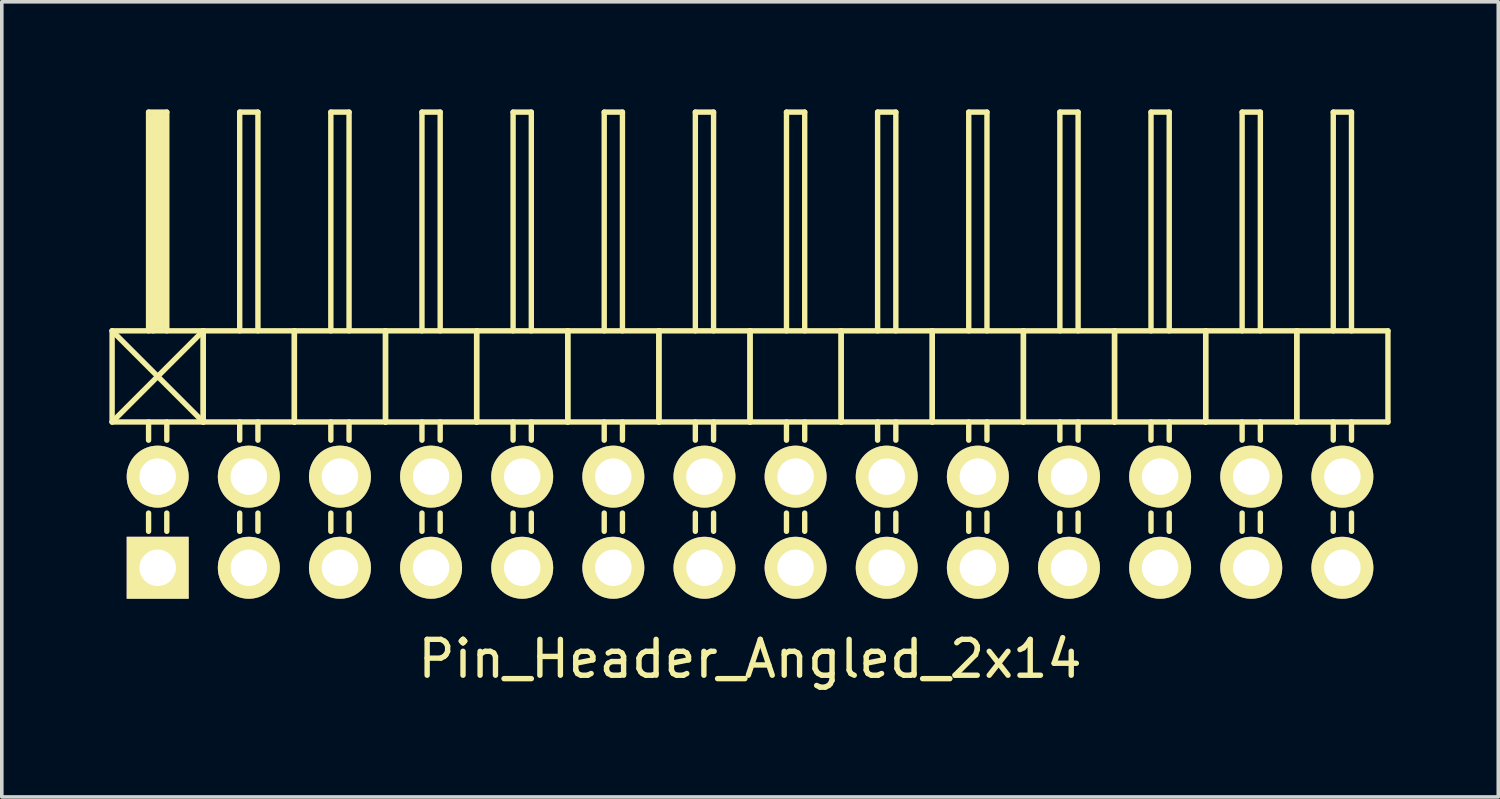
<source format=kicad_pcb>
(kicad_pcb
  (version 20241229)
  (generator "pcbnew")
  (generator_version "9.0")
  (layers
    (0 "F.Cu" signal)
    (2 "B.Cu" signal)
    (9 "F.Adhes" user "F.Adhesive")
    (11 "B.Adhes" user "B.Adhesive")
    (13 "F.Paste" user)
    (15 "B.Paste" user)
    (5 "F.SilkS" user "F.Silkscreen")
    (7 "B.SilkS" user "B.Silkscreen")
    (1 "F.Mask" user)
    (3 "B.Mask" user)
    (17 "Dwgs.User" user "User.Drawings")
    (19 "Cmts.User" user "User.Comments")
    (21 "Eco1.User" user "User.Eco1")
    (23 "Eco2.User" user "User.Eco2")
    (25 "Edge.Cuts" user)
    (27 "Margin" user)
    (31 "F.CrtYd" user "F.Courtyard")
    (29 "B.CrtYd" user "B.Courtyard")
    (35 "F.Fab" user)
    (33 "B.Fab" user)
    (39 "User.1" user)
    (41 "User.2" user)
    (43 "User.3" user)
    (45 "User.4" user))
  (footprint "Pin_Header_Angled_2x14"
    (layer "F.Cu")
    (at 17.855 11.505)
    (property "Reference" "Pin_Header_Angled_2x14" (at 0 3.81 0) (layer "F.SilkS") (effects (font (size 1 1) (thickness 0.15))))
    (attr through_hole)
    (fp_line (start -17.78 -5.334) (end -15.24 -2.794) (stroke (width 0.15) (type solid)) (layer "F.SilkS"))
    (fp_line (start -17.78 -2.794) (end -17.78 -5.334) (stroke (width 0.15) (type solid)) (layer "F.SilkS"))
    (fp_line (start -17.78 -2.794) (end -15.24 -5.334) (stroke (width 0.15) (type solid)) (layer "F.SilkS"))
    (fp_line (start -17.78 -2.794) (end -15.24 -2.794) (stroke (width 0.15) (type solid)) (layer "F.SilkS"))
    (fp_line (start -16.764 -11.43) (end -16.256 -11.43) (stroke (width 0.15) (type solid)) (layer "F.SilkS"))
    (fp_line (start -16.764 -5.334) (end -16.764 -11.43) (stroke (width 0.15) (type solid)) (layer "F.SilkS"))
    (fp_line (start -16.764 -2.794) (end -16.764 -2.286) (stroke (width 0.15) (type solid)) (layer "F.SilkS"))
    (fp_line (start -16.764 -0.254) (end -16.764 0.254) (stroke (width 0.15) (type solid)) (layer "F.SilkS"))
    (fp_line (start -16.637 -11.303) (end -16.383 -11.303) (stroke (width 0.15) (type solid)) (layer "F.SilkS"))
    (fp_line (start -16.637 -5.334) (end -16.637 -11.303) (stroke (width 0.15) (type solid)) (layer "F.SilkS"))
    (fp_line (start -16.51 -5.461) (end -16.51 -11.303) (stroke (width 0.15) (type solid)) (layer "F.SilkS"))
    (fp_line (start -16.383 -11.303) (end -16.383 -5.461) (stroke (width 0.15) (type solid)) (layer "F.SilkS"))
    (fp_line (start -16.383 -5.461) (end -16.51 -5.461) (stroke (width 0.15) (type solid)) (layer "F.SilkS"))
    (fp_line (start -16.256 -11.43) (end -16.256 -5.334) (stroke (width 0.15) (type solid)) (layer "F.SilkS"))
    (fp_line (start -16.256 -2.794) (end -16.256 -2.286) (stroke (width 0.15) (type solid)) (layer "F.SilkS"))
    (fp_line (start -16.256 -0.254) (end -16.256 0.254) (stroke (width 0.15) (type solid)) (layer "F.SilkS"))
    (fp_line (start -15.24 -5.334) (end -17.78 -5.334) (stroke (width 0.15) (type solid)) (layer "F.SilkS"))
    (fp_line (start -15.24 -2.794) (end -15.24 -5.334) (stroke (width 0.15) (type solid)) (layer "F.SilkS"))
    (fp_line (start -15.24 -2.794) (end -15.24 -5.334) (stroke (width 0.15) (type solid)) (layer "F.SilkS"))
    (fp_line (start -15.24 -2.794) (end -12.7 -2.794) (stroke (width 0.15) (type solid)) (layer "F.SilkS"))
    (fp_line (start -14.224 -11.43) (end -13.716 -11.43) (stroke (width 0.15) (type solid)) (layer "F.SilkS"))
    (fp_line (start -14.224 -5.334) (end -14.224 -11.43) (stroke (width 0.15) (type solid)) (layer "F.SilkS"))
    (fp_line (start -14.224 -2.794) (end -14.224 -2.286) (stroke (width 0.15) (type solid)) (layer "F.SilkS"))
    (fp_line (start -14.224 -0.254) (end -14.224 0.254) (stroke (width 0.15) (type solid)) (layer "F.SilkS"))
    (fp_line (start -13.716 -11.43) (end -13.716 -5.334) (stroke (width 0.15) (type solid)) (layer "F.SilkS"))
    (fp_line (start -13.716 -2.794) (end -13.716 -2.286) (stroke (width 0.15) (type solid)) (layer "F.SilkS"))
    (fp_line (start -13.716 -0.254) (end -13.716 0.254) (stroke (width 0.15) (type solid)) (layer "F.SilkS"))
    (fp_line (start -12.7 -5.334) (end -15.24 -5.334) (stroke (width 0.15) (type solid)) (layer "F.SilkS"))
    (fp_line (start -12.7 -2.794) (end -12.7 -5.334) (stroke (width 0.15) (type solid)) (layer "F.SilkS"))
    (fp_line (start -12.7 -2.794) (end -12.7 -5.334) (stroke (width 0.15) (type solid)) (layer "F.SilkS"))
    (fp_line (start -12.7 -2.794) (end -10.16 -2.794) (stroke (width 0.15) (type solid)) (layer "F.SilkS"))
    (fp_line (start -11.684 -11.43) (end -11.176 -11.43) (stroke (width 0.15) (type solid)) (layer "F.SilkS"))
    (fp_line (start -11.684 -5.334) (end -11.684 -11.43) (stroke (width 0.15) (type solid)) (layer "F.SilkS"))
    (fp_line (start -11.684 -2.794) (end -11.684 -2.286) (stroke (width 0.15) (type solid)) (layer "F.SilkS"))
    (fp_line (start -11.684 -0.254) (end -11.684 0.254) (stroke (width 0.15) (type solid)) (layer "F.SilkS"))
    (fp_line (start -11.176 -11.43) (end -11.176 -5.334) (stroke (width 0.15) (type solid)) (layer "F.SilkS"))
    (fp_line (start -11.176 -2.794) (end -11.176 -2.286) (stroke (width 0.15) (type solid)) (layer "F.SilkS"))
    (fp_line (start -11.176 -0.254) (end -11.176 0.254) (stroke (width 0.15) (type solid)) (layer "F.SilkS"))
    (fp_line (start -10.16 -5.334) (end -12.7 -5.334) (stroke (width 0.15) (type solid)) (layer "F.SilkS"))
    (fp_line (start -10.16 -2.794) (end -10.16 -5.334) (stroke (width 0.15) (type solid)) (layer "F.SilkS"))
    (fp_line (start -10.16 -2.794) (end -10.16 -5.334) (stroke (width 0.15) (type solid)) (layer "F.SilkS"))
    (fp_line (start -10.16 -2.794) (end -7.62 -2.794) (stroke (width 0.15) (type solid)) (layer "F.SilkS"))
    (fp_line (start -9.144 -11.43) (end -8.636 -11.43) (stroke (width 0.15) (type solid)) (layer "F.SilkS"))
    (fp_line (start -9.144 -5.334) (end -9.144 -11.43) (stroke (width 0.15) (type solid)) (layer "F.SilkS"))
    (fp_line (start -9.144 -2.794) (end -9.144 -2.286) (stroke (width 0.15) (type solid)) (layer "F.SilkS"))
    (fp_line (start -9.144 -0.254) (end -9.144 0.254) (stroke (width 0.15) (type solid)) (layer "F.SilkS"))
    (fp_line (start -8.636 -11.43) (end -8.636 -5.334) (stroke (width 0.15) (type solid)) (layer "F.SilkS"))
    (fp_line (start -8.636 -2.794) (end -8.636 -2.286) (stroke (width 0.15) (type solid)) (layer "F.SilkS"))
    (fp_line (start -8.636 -0.254) (end -8.636 0.254) (stroke (width 0.15) (type solid)) (layer "F.SilkS"))
    (fp_line (start -7.62 -5.334) (end -10.16 -5.334) (stroke (width 0.15) (type solid)) (layer "F.SilkS"))
    (fp_line (start -7.62 -2.794) (end -7.62 -5.334) (stroke (width 0.15) (type solid)) (layer "F.SilkS"))
    (fp_line (start -7.62 -2.794) (end -7.62 -5.334) (stroke (width 0.15) (type solid)) (layer "F.SilkS"))
    (fp_line (start -7.62 -2.794) (end -5.08 -2.794) (stroke (width 0.15) (type solid)) (layer "F.SilkS"))
    (fp_line (start -6.604 -11.43) (end -6.096 -11.43) (stroke (width 0.15) (type solid)) (layer "F.SilkS"))
    (fp_line (start -6.604 -5.334) (end -6.604 -11.43) (stroke (width 0.15) (type solid)) (layer "F.SilkS"))
    (fp_line (start -6.604 -2.794) (end -6.604 -2.286) (stroke (width 0.15) (type solid)) (layer "F.SilkS"))
    (fp_line (start -6.604 -0.254) (end -6.604 0.254) (stroke (width 0.15) (type solid)) (layer "F.SilkS"))
    (fp_line (start -6.096 -11.43) (end -6.096 -5.334) (stroke (width 0.15) (type solid)) (layer "F.SilkS"))
    (fp_line (start -6.096 -2.794) (end -6.096 -2.286) (stroke (width 0.15) (type solid)) (layer "F.SilkS"))
    (fp_line (start -6.096 -0.254) (end -6.096 0.254) (stroke (width 0.15) (type solid)) (layer "F.SilkS"))
    (fp_line (start -5.08 -5.334) (end -7.62 -5.334) (stroke (width 0.15) (type solid)) (layer "F.SilkS"))
    (fp_line (start -5.08 -2.794) (end -5.08 -5.334) (stroke (width 0.15) (type solid)) (layer "F.SilkS"))
    (fp_line (start -5.08 -2.794) (end -5.08 -5.334) (stroke (width 0.15) (type solid)) (layer "F.SilkS"))
    (fp_line (start -5.08 -2.794) (end -2.54 -2.794) (stroke (width 0.15) (type solid)) (layer "F.SilkS"))
    (fp_line (start -4.064 -11.43) (end -3.556 -11.43) (stroke (width 0.15) (type solid)) (layer "F.SilkS"))
    (fp_line (start -4.064 -5.334) (end -4.064 -11.43) (stroke (width 0.15) (type solid)) (layer "F.SilkS"))
    (fp_line (start -4.064 -2.794) (end -4.064 -2.286) (stroke (width 0.15) (type solid)) (layer "F.SilkS"))
    (fp_line (start -4.064 -0.254) (end -4.064 0.254) (stroke (width 0.15) (type solid)) (layer "F.SilkS"))
    (fp_line (start -3.556 -11.43) (end -3.556 -5.334) (stroke (width 0.15) (type solid)) (layer "F.SilkS"))
    (fp_line (start -3.556 -2.794) (end -3.556 -2.286) (stroke (width 0.15) (type solid)) (layer "F.SilkS"))
    (fp_line (start -3.556 -0.254) (end -3.556 0.254) (stroke (width 0.15) (type solid)) (layer "F.SilkS"))
    (fp_line (start -2.54 -5.334) (end -5.08 -5.334) (stroke (width 0.15) (type solid)) (layer "F.SilkS"))
    (fp_line (start -2.54 -2.794) (end -2.54 -5.334) (stroke (width 0.15) (type solid)) (layer "F.SilkS"))
    (fp_line (start -2.54 -2.794) (end -2.54 -5.334) (stroke (width 0.15) (type solid)) (layer "F.SilkS"))
    (fp_line (start -2.54 -2.794) (end 0 -2.794) (stroke (width 0.15) (type solid)) (layer "F.SilkS"))
    (fp_line (start -1.524 -11.43) (end -1.016 -11.43) (stroke (width 0.15) (type solid)) (layer "F.SilkS"))
    (fp_line (start -1.524 -5.334) (end -1.524 -11.43) (stroke (width 0.15) (type solid)) (layer "F.SilkS"))
    (fp_line (start -1.524 -2.794) (end -1.524 -2.286) (stroke (width 0.15) (type solid)) (layer "F.SilkS"))
    (fp_line (start -1.524 -0.254) (end -1.524 0.254) (stroke (width 0.15) (type solid)) (layer "F.SilkS"))
    (fp_line (start -1.016 -11.43) (end -1.016 -5.334) (stroke (width 0.15) (type solid)) (layer "F.SilkS"))
    (fp_line (start -1.016 -2.794) (end -1.016 -2.286) (stroke (width 0.15) (type solid)) (layer "F.SilkS"))
    (fp_line (start -1.016 -0.254) (end -1.016 0.254) (stroke (width 0.15) (type solid)) (layer "F.SilkS"))
    (fp_line (start 0 -5.334) (end -2.54 -5.334) (stroke (width 0.15) (type solid)) (layer "F.SilkS"))
    (fp_line (start 0 -2.794) (end 0 -5.334) (stroke (width 0.15) (type solid)) (layer "F.SilkS"))
    (fp_line (start 0 -2.794) (end 0 -5.334) (stroke (width 0.15) (type solid)) (layer "F.SilkS"))
    (fp_line (start 0 -2.794) (end 2.54 -2.794) (stroke (width 0.15) (type solid)) (layer "F.SilkS"))
    (fp_line (start 1.016 -11.43) (end 1.524 -11.43) (stroke (width 0.15) (type solid)) (layer "F.SilkS"))
    (fp_line (start 1.016 -5.334) (end 1.016 -11.43) (stroke (width 0.15) (type solid)) (layer "F.SilkS"))
    (fp_line (start 1.016 -2.794) (end 1.016 -2.286) (stroke (width 0.15) (type solid)) (layer "F.SilkS"))
    (fp_line (start 1.016 -0.254) (end 1.016 0.254) (stroke (width 0.15) (type solid)) (layer "F.SilkS"))
    (fp_line (start 1.524 -11.43) (end 1.524 -5.334) (stroke (width 0.15) (type solid)) (layer "F.SilkS"))
    (fp_line (start 1.524 -2.794) (end 1.524 -2.286) (stroke (width 0.15) (type solid)) (layer "F.SilkS"))
    (fp_line (start 1.524 -0.254) (end 1.524 0.254) (stroke (width 0.15) (type solid)) (layer "F.SilkS"))
    (fp_line (start 2.54 -5.334) (end 0 -5.334) (stroke (width 0.15) (type solid)) (layer "F.SilkS"))
    (fp_line (start 2.54 -2.794) (end 2.54 -5.334) (stroke (width 0.15) (type solid)) (layer "F.SilkS"))
    (fp_line (start 2.54 -2.794) (end 2.54 -5.334) (stroke (width 0.15) (type solid)) (layer "F.SilkS"))
    (fp_line (start 2.54 -2.794) (end 5.08 -2.794) (stroke (width 0.15) (type solid)) (layer "F.SilkS"))
    (fp_line (start 3.556 -11.43) (end 4.064 -11.43) (stroke (width 0.15) (type solid)) (layer "F.SilkS"))
    (fp_line (start 3.556 -5.334) (end 3.556 -11.43) (stroke (width 0.15) (type solid)) (layer "F.SilkS"))
    (fp_line (start 3.556 -2.794) (end 3.556 -2.286) (stroke (width 0.15) (type solid)) (layer "F.SilkS"))
    (fp_line (start 3.556 -0.254) (end 3.556 0.254) (stroke (width 0.15) (type solid)) (layer "F.SilkS"))
    (fp_line (start 4.064 -11.43) (end 4.064 -5.334) (stroke (width 0.15) (type solid)) (layer "F.SilkS"))
    (fp_line (start 4.064 -2.794) (end 4.064 -2.286) (stroke (width 0.15) (type solid)) (layer "F.SilkS"))
    (fp_line (start 4.064 -0.254) (end 4.064 0.254) (stroke (width 0.15) (type solid)) (layer "F.SilkS"))
    (fp_line (start 5.08 -5.334) (end 2.54 -5.334) (stroke (width 0.15) (type solid)) (layer "F.SilkS"))
    (fp_line (start 5.08 -2.794) (end 5.08 -5.334) (stroke (width 0.15) (type solid)) (layer "F.SilkS"))
    (fp_line (start 5.08 -2.794) (end 5.08 -5.334) (stroke (width 0.15) (type solid)) (layer "F.SilkS"))
    (fp_line (start 5.08 -2.794) (end 7.62 -2.794) (stroke (width 0.15) (type solid)) (layer "F.SilkS"))
    (fp_line (start 6.096 -11.43) (end 6.604 -11.43) (stroke (width 0.15) (type solid)) (layer "F.SilkS"))
    (fp_line (start 6.096 -5.334) (end 6.096 -11.43) (stroke (width 0.15) (type solid)) (layer "F.SilkS"))
    (fp_line (start 6.096 -2.794) (end 6.096 -2.286) (stroke (width 0.15) (type solid)) (layer "F.SilkS"))
    (fp_line (start 6.096 -0.254) (end 6.096 0.254) (stroke (width 0.15) (type solid)) (layer "F.SilkS"))
    (fp_line (start 6.604 -11.43) (end 6.604 -5.334) (stroke (width 0.15) (type solid)) (layer "F.SilkS"))
    (fp_line (start 6.604 -2.794) (end 6.604 -2.286) (stroke (width 0.15) (type solid)) (layer "F.SilkS"))
    (fp_line (start 6.604 -0.254) (end 6.604 0.254) (stroke (width 0.15) (type solid)) (layer "F.SilkS"))
    (fp_line (start 7.62 -5.334) (end 5.08 -5.334) (stroke (width 0.15) (type solid)) (layer "F.SilkS"))
    (fp_line (start 7.62 -2.794) (end 7.62 -5.334) (stroke (width 0.15) (type solid)) (layer "F.SilkS"))
    (fp_line (start 7.62 -2.794) (end 7.62 -5.334) (stroke (width 0.15) (type solid)) (layer "F.SilkS"))
    (fp_line (start 7.62 -2.794) (end 10.16 -2.794) (stroke (width 0.15) (type solid)) (layer "F.SilkS"))
    (fp_line (start 8.636 -11.43) (end 9.144 -11.43) (stroke (width 0.15) (type solid)) (layer "F.SilkS"))
    (fp_line (start 8.636 -5.334) (end 8.636 -11.43) (stroke (width 0.15) (type solid)) (layer "F.SilkS"))
    (fp_line (start 8.636 -2.794) (end 8.636 -2.286) (stroke (width 0.15) (type solid)) (layer "F.SilkS"))
    (fp_line (start 8.636 -0.254) (end 8.636 0.254) (stroke (width 0.15) (type solid)) (layer "F.SilkS"))
    (fp_line (start 9.144 -11.43) (end 9.144 -5.334) (stroke (width 0.15) (type solid)) (layer "F.SilkS"))
    (fp_line (start 9.144 -2.794) (end 9.144 -2.286) (stroke (width 0.15) (type solid)) (layer "F.SilkS"))
    (fp_line (start 9.144 -0.254) (end 9.144 0.254) (stroke (width 0.15) (type solid)) (layer "F.SilkS"))
    (fp_line (start 10.16 -5.334) (end 7.62 -5.334) (stroke (width 0.15) (type solid)) (layer "F.SilkS"))
    (fp_line (start 10.16 -2.794) (end 10.16 -5.334) (stroke (width 0.15) (type solid)) (layer "F.SilkS"))
    (fp_line (start 10.16 -2.794) (end 10.16 -5.334) (stroke (width 0.15) (type solid)) (layer "F.SilkS"))
    (fp_line (start 10.16 -2.794) (end 12.7 -2.794) (stroke (width 0.15) (type solid)) (layer "F.SilkS"))
    (fp_line (start 11.176 -11.43) (end 11.684 -11.43) (stroke (width 0.15) (type solid)) (layer "F.SilkS"))
    (fp_line (start 11.176 -5.334) (end 11.176 -11.43) (stroke (width 0.15) (type solid)) (layer "F.SilkS"))
    (fp_line (start 11.176 -2.794) (end 11.176 -2.286) (stroke (width 0.15) (type solid)) (layer "F.SilkS"))
    (fp_line (start 11.176 -0.254) (end 11.176 0.254) (stroke (width 0.15) (type solid)) (layer "F.SilkS"))
    (fp_line (start 11.684 -11.43) (end 11.684 -5.334) (stroke (width 0.15) (type solid)) (layer "F.SilkS"))
    (fp_line (start 11.684 -2.794) (end 11.684 -2.286) (stroke (width 0.15) (type solid)) (layer "F.SilkS"))
    (fp_line (start 11.684 -0.254) (end 11.684 0.254) (stroke (width 0.15) (type solid)) (layer "F.SilkS"))
    (fp_line (start 12.7 -5.334) (end 10.16 -5.334) (stroke (width 0.15) (type solid)) (layer "F.SilkS"))
    (fp_line (start 12.7 -2.794) (end 12.7 -5.334) (stroke (width 0.15) (type solid)) (layer "F.SilkS"))
    (fp_line (start 12.7 -2.794) (end 12.7 -5.334) (stroke (width 0.15) (type solid)) (layer "F.SilkS"))
    (fp_line (start 12.7 -2.794) (end 15.24 -2.794) (stroke (width 0.15) (type solid)) (layer "F.SilkS"))
    (fp_line (start 13.716 -11.43) (end 14.224 -11.43) (stroke (width 0.15) (type solid)) (layer "F.SilkS"))
    (fp_line (start 13.716 -5.334) (end 13.716 -11.43) (stroke (width 0.15) (type solid)) (layer "F.SilkS"))
    (fp_line (start 13.716 -2.794) (end 13.716 -2.286) (stroke (width 0.15) (type solid)) (layer "F.SilkS"))
    (fp_line (start 13.716 -0.254) (end 13.716 0.254) (stroke (width 0.15) (type solid)) (layer "F.SilkS"))
    (fp_line (start 14.224 -11.43) (end 14.224 -5.334) (stroke (width 0.15) (type solid)) (layer "F.SilkS"))
    (fp_line (start 14.224 -2.794) (end 14.224 -2.286) (stroke (width 0.15) (type solid)) (layer "F.SilkS"))
    (fp_line (start 14.224 -0.254) (end 14.224 0.254) (stroke (width 0.15) (type solid)) (layer "F.SilkS"))
    (fp_line (start 15.24 -5.334) (end 12.7 -5.334) (stroke (width 0.15) (type solid)) (layer "F.SilkS"))
    (fp_line (start 15.24 -2.794) (end 15.24 -5.334) (stroke (width 0.15) (type solid)) (layer "F.SilkS"))
    (fp_line (start 15.24 -2.794) (end 15.24 -5.334) (stroke (width 0.15) (type solid)) (layer "F.SilkS"))
    (fp_line (start 15.24 -2.794) (end 17.78 -2.794) (stroke (width 0.15) (type solid)) (layer "F.SilkS"))
    (fp_line (start 16.256 -11.43) (end 16.764 -11.43) (stroke (width 0.15) (type solid)) (layer "F.SilkS"))
    (fp_line (start 16.256 -5.334) (end 16.256 -11.43) (stroke (width 0.15) (type solid)) (layer "F.SilkS"))
    (fp_line (start 16.256 -2.794) (end 16.256 -2.286) (stroke (width 0.15) (type solid)) (layer "F.SilkS"))
    (fp_line (start 16.256 -0.254) (end 16.256 0.254) (stroke (width 0.15) (type solid)) (layer "F.SilkS"))
    (fp_line (start 16.764 -11.43) (end 16.764 -5.334) (stroke (width 0.15) (type solid)) (layer "F.SilkS"))
    (fp_line (start 16.764 -2.794) (end 16.764 -2.286) (stroke (width 0.15) (type solid)) (layer "F.SilkS"))
    (fp_line (start 16.764 -0.254) (end 16.764 0.254) (stroke (width 0.15) (type solid)) (layer "F.SilkS"))
    (fp_line (start 17.78 -5.334) (end 15.24 -5.334) (stroke (width 0.15) (type solid)) (layer "F.SilkS"))
    (fp_line (start 17.78 -2.794) (end 17.78 -5.334) (stroke (width 0.15) (type solid)) (layer "F.SilkS"))
    (pad "1" thru_hole rect (at -16.51 1.27) (size 1.727 1.727) (drill 1.016) (layers "*.Cu" "*.Mask" "F.SilkS"))
    (pad "2" thru_hole oval (at -16.51 -1.27) (size 1.727 1.727) (drill 1.016) (layers "*.Cu" "*.Mask" "F.SilkS"))
    (pad "3" thru_hole oval (at -13.97 1.27) (size 1.727 1.727) (drill 1.016) (layers "*.Cu" "*.Mask" "F.SilkS"))
    (pad "4" thru_hole oval (at -13.97 -1.27) (size 1.727 1.727) (drill 1.016) (layers "*.Cu" "*.Mask" "F.SilkS"))
    (pad "5" thru_hole oval (at -11.43 1.27) (size 1.727 1.727) (drill 1.016) (layers "*.Cu" "*.Mask" "F.SilkS"))
    (pad "6" thru_hole oval (at -11.43 -1.27) (size 1.727 1.727) (drill 1.016) (layers "*.Cu" "*.Mask" "F.SilkS"))
    (pad "7" thru_hole oval (at -8.89 1.27) (size 1.727 1.727) (drill 1.016) (layers "*.Cu" "*.Mask" "F.SilkS"))
    (pad "8" thru_hole oval (at -8.89 -1.27) (size 1.727 1.727) (drill 1.016) (layers "*.Cu" "*.Mask" "F.SilkS"))
    (pad "9" thru_hole oval (at -6.35 1.27) (size 1.727 1.727) (drill 1.016) (layers "*.Cu" "*.Mask" "F.SilkS"))
    (pad "10" thru_hole oval (at -6.35 -1.27) (size 1.727 1.727) (drill 1.016) (layers "*.Cu" "*.Mask" "F.SilkS"))
    (pad "11" thru_hole oval (at -3.81 1.27) (size 1.727 1.727) (drill 1.016) (layers "*.Cu" "*.Mask" "F.SilkS"))
    (pad "12" thru_hole oval (at -3.81 -1.27) (size 1.727 1.727) (drill 1.016) (layers "*.Cu" "*.Mask" "F.SilkS"))
    (pad "13" thru_hole oval (at -1.27 1.27) (size 1.727 1.727) (drill 1.016) (layers "*.Cu" "*.Mask" "F.SilkS"))
    (pad "14" thru_hole oval (at -1.27 -1.27) (size 1.727 1.727) (drill 1.016) (layers "*.Cu" "*.Mask" "F.SilkS"))
    (pad "15" thru_hole oval (at 1.27 1.27) (size 1.727 1.727) (drill 1.016) (layers "*.Cu" "*.Mask" "F.SilkS"))
    (pad "16" thru_hole oval (at 1.27 -1.27) (size 1.727 1.727) (drill 1.016) (layers "*.Cu" "*.Mask" "F.SilkS"))
    (pad "17" thru_hole oval (at 3.81 1.27) (size 1.727 1.727) (drill 1.016) (layers "*.Cu" "*.Mask" "F.SilkS"))
    (pad "18" thru_hole oval (at 3.81 -1.27) (size 1.727 1.727) (drill 1.016) (layers "*.Cu" "*.Mask" "F.SilkS"))
    (pad "19" thru_hole oval (at 6.35 1.27) (size 1.727 1.727) (drill 1.016) (layers "*.Cu" "*.Mask" "F.SilkS"))
    (pad "20" thru_hole oval (at 6.35 -1.27) (size 1.727 1.727) (drill 1.016) (layers "*.Cu" "*.Mask" "F.SilkS"))
    (pad "21" thru_hole oval (at 8.89 1.27) (size 1.727 1.727) (drill 1.016) (layers "*.Cu" "*.Mask" "F.SilkS"))
    (pad "22" thru_hole oval (at 8.89 -1.27) (size 1.727 1.727) (drill 1.016) (layers "*.Cu" "*.Mask" "F.SilkS"))
    (pad "23" thru_hole oval (at 11.43 1.27) (size 1.727 1.727) (drill 1.016) (layers "*.Cu" "*.Mask" "F.SilkS"))
    (pad "24" thru_hole oval (at 11.43 -1.27) (size 1.727 1.727) (drill 1.016) (layers "*.Cu" "*.Mask" "F.SilkS"))
    (pad "25" thru_hole oval (at 13.97 1.27) (size 1.727 1.727) (drill 1.016) (layers "*.Cu" "*.Mask" "F.SilkS"))
    (pad "26" thru_hole oval (at 13.97 -1.27) (size 1.727 1.727) (drill 1.016) (layers "*.Cu" "*.Mask" "F.SilkS"))
    (pad "27" thru_hole oval (at 16.51 1.27) (size 1.727 1.727) (drill 1.016) (layers "*.Cu" "*.Mask" "F.SilkS"))
    (pad "28" thru_hole oval (at 16.51 -1.27) (size 1.727 1.727) (drill 1.016) (layers "*.Cu" "*.Mask" "F.SilkS")))
  (gr_rect
    (start -3 -3)
    (end 38.71 19.163)
    (stroke (width 0.1) (type default))
    (fill no)
    (layer "Edge.Cuts")))
</source>
